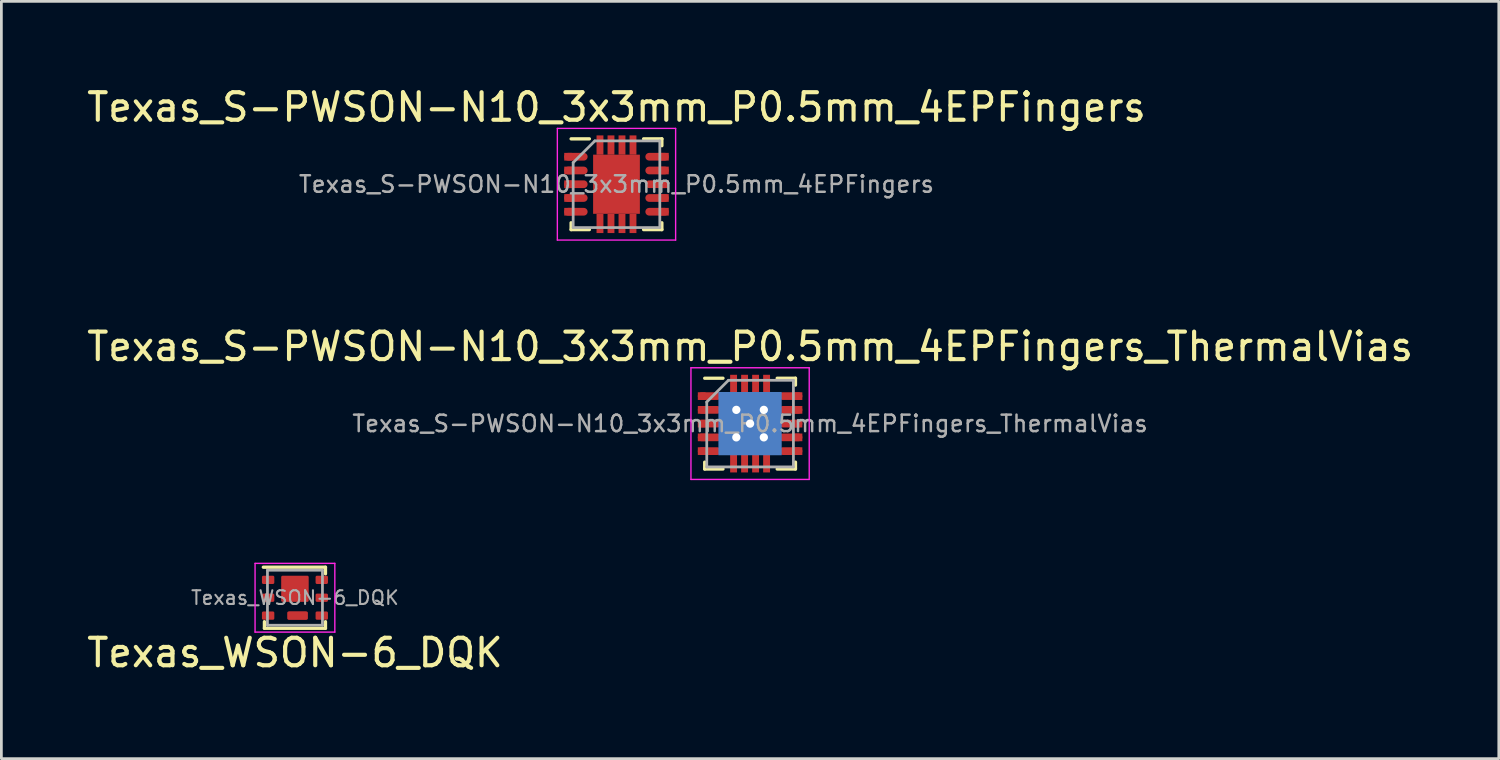
<source format=kicad_pcb>
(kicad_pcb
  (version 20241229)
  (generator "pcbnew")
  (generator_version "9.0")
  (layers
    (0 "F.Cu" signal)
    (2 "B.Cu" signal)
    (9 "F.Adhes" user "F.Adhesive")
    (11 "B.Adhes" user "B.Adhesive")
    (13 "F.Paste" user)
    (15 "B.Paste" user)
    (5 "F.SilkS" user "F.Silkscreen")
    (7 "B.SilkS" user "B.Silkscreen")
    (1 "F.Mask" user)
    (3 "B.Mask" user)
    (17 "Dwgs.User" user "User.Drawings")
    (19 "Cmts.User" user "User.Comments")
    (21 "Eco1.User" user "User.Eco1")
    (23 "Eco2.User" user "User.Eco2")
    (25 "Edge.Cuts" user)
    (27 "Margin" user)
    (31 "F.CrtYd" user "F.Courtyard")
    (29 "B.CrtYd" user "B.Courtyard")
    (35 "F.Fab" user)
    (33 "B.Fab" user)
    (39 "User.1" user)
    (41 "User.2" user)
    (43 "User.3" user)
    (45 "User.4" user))
  (footprint "Texas_WSON-6_DQK"
    (layer "F.Cu")
    (at 7.673 18.681)
    (property "Reference" "Texas_WSON-6_DQK" (at 0 2 0) (layer "F.SilkS") (effects (font (size 1 1) (thickness 0.15))))
    (attr smd)
    (fp_line (start -1.15 -1.11) (end 1.11 -1.11) (stroke (width 0.12) (type solid)) (layer "F.SilkS"))
    (fp_line (start -1.11 0.87) (end -1.11 1.11) (stroke (width 0.12) (type solid)) (layer "F.SilkS"))
    (fp_line (start -1.11 1.11) (end 1.11 1.11) (stroke (width 0.12) (type solid)) (layer "F.SilkS"))
    (fp_line (start 1.11 -1.11) (end 1.11 -0.87) (stroke (width 0.12) (type solid)) (layer "F.SilkS"))
    (fp_line (start 1.11 0.87) (end 1.11 1.11) (stroke (width 0.12) (type solid)) (layer "F.SilkS"))
    (fp_line (start -1.45 -1.25) (end -1.45 1.25) (stroke (width 0.05) (type solid)) (layer "F.CrtYd"))
    (fp_line (start -1.45 -1.25) (end 1.45 -1.25) (stroke (width 0.05) (type solid)) (layer "F.CrtYd"))
    (fp_line (start -1.45 1.25) (end 1.45 1.25) (stroke (width 0.05) (type solid)) (layer "F.CrtYd"))
    (fp_line (start 1.45 -1.25) (end 1.45 1.25) (stroke (width 0.05) (type solid)) (layer "F.CrtYd"))
    (fp_line (start -1 -1) (end -1 1) (stroke (width 0.1) (type solid)) (layer "F.Fab"))
    (fp_line (start -1 -1) (end 1 -1) (stroke (width 0.1) (type solid)) (layer "F.Fab"))
    (fp_line (start -1 1) (end 1 1) (stroke (width 0.1) (type solid)) (layer "F.Fab"))
    (fp_line (start 1 -1) (end 1 1) (stroke (width 0.1) (type solid)) (layer "F.Fab"))
    (fp_text user "${REFERENCE}" (at 0 0 0) (layer "F.Fab") (effects (font (size 0.5 0.5) (thickness 0.075))))
    (pad "" smd roundrect (at 0 -0.325) (size 0.9 0.86) (layers "F.Cu" "F.Paste") (roundrect_rratio 0.058))
    (pad "" smd roundrect (at 0.095 0.65) (size 0.7 0.29) (layers "F.Cu" "F.Paste") (roundrect_rratio 0.172))
    (pad "D" smd roundrect (at -0.975 -0.65) (size 0.45 0.3) (layers "F.Cu" "F.Mask" "F.Paste") (roundrect_rratio 0.167))
    (pad "D" smd roundrect (at -0.975 0) (size 0.45 0.3) (layers "F.Cu" "F.Mask" "F.Paste") (roundrect_rratio 0.167))
    (pad "D" smd roundrect (at 0 -0.325) (size 1 0.95) (layers "F.Cu" "F.Mask") (roundrect_rratio 0.053))
    (pad "D" smd roundrect (at 0.975 -0.65) (size 0.45 0.3) (layers "F.Cu" "F.Mask" "F.Paste") (roundrect_rratio 0.167))
    (pad "D" smd roundrect (at 0.975 0) (size 0.45 0.3) (layers "F.Cu" "F.Mask" "F.Paste") (roundrect_rratio 0.167))
    (pad "G" smd roundrect (at -0.975 0.65) (size 0.45 0.3) (layers "F.Cu" "F.Mask" "F.Paste") (roundrect_rratio 0.167))
    (pad "S" smd roundrect (at 0.095 0.65) (size 0.75 0.3) (layers "F.Cu" "F.Mask") (roundrect_rratio 0.167))
    (pad "S" smd roundrect (at 0.975 0.65) (size 0.45 0.3) (layers "F.Cu" "F.Mask" "F.Paste") (roundrect_rratio 0.167)))
  (footprint "Texas_S-PWSON-N10_3x3mm_P0.5mm_4EPFingers_ThermalVias"
    (layer "F.Cu")
    (at 24.22 12.351)
    (property "Reference" "Texas_S-PWSON-N10_3x3mm_P0.5mm_4EPFingers_ThermalVias" (at 0 -2.8 0) (layer "F.SilkS") (effects (font (size 1 1) (thickness 0.15))))
    (attr smd)
    (fp_line (start -1.65 -1.65) (end -0.985 -1.65) (stroke (width 0.12) (type solid)) (layer "F.SilkS"))
    (fp_line (start -1.65 1.65) (end -1.65 1.4) (stroke (width 0.12) (type solid)) (layer "F.SilkS"))
    (fp_line (start -1.65 1.65) (end -0.985 1.65) (stroke (width 0.12) (type solid)) (layer "F.SilkS"))
    (fp_line (start 0.985 -1.65) (end 1.65 -1.65) (stroke (width 0.12) (type solid)) (layer "F.SilkS"))
    (fp_line (start 0.985 1.65) (end 1.65 1.65) (stroke (width 0.12) (type solid)) (layer "F.SilkS"))
    (fp_line (start 1.65 -1.4) (end 1.65 -1.65) (stroke (width 0.12) (type solid)) (layer "F.SilkS"))
    (fp_line (start 1.65 1.4) (end 1.65 1.65) (stroke (width 0.12) (type solid)) (layer "F.SilkS"))
    (fp_line (start -2.15 -2.03) (end -2.15 2.03) (stroke (width 0.05) (type solid)) (layer "F.CrtYd"))
    (fp_line (start -2.15 -2.03) (end 2.15 -2.03) (stroke (width 0.05) (type solid)) (layer "F.CrtYd"))
    (fp_line (start -2.15 2.03) (end 2.15 2.03) (stroke (width 0.05) (type solid)) (layer "F.CrtYd"))
    (fp_line (start 2.15 -2.03) (end 2.15 2.03) (stroke (width 0.05) (type solid)) (layer "F.CrtYd"))
    (fp_line (start -1.575 1.575) (end -1.575 -0.787) (stroke (width 0.1) (type solid)) (layer "F.Fab"))
    (fp_line (start -0.787 -1.575) (end -1.575 -0.787) (stroke (width 0.1) (type solid)) (layer "F.Fab"))
    (fp_line (start -0.787 -1.575) (end 1.575 -1.575) (stroke (width 0.1) (type solid)) (layer "F.Fab"))
    (fp_line (start 1.575 -1.575) (end 1.575 1.575) (stroke (width 0.1) (type solid)) (layer "F.Fab"))
    (fp_line (start 1.575 1.575) (end -1.575 1.575) (stroke (width 0.1) (type solid)) (layer "F.Fab"))
    (fp_text user "${REFERENCE}" (at 0 0 0) (layer "F.Fab") (effects (font (size 0.6 0.6) (thickness 0.09))))
    (pad "1" smd rect (at -1.76 -1) (size 0.28 0.28) (layers "F.Cu" "F.Mask" "F.Paste"))
    (pad "1" smd oval (at -1.475 -1) (size 0.85 0.28) (layers "F.Cu" "F.Mask" "F.Paste"))
    (pad "2" smd rect (at -1.76 -0.5) (size 0.28 0.28) (layers "F.Cu" "F.Mask" "F.Paste"))
    (pad "2" smd oval (at -1.475 -0.5) (size 0.85 0.28) (layers "F.Cu" "F.Mask" "F.Paste"))
    (pad "3" smd rect (at -1.76 0) (size 0.28 0.28) (layers "F.Cu" "F.Mask" "F.Paste"))
    (pad "3" smd oval (at -1.475 0) (size 0.85 0.28) (layers "F.Cu" "F.Mask" "F.Paste"))
    (pad "4" smd rect (at -1.76 0.5) (size 0.28 0.28) (layers "F.Cu" "F.Mask" "F.Paste"))
    (pad "4" smd oval (at -1.475 0.5) (size 0.85 0.28) (layers "F.Cu" "F.Mask" "F.Paste"))
    (pad "5" smd rect (at -1.76 1) (size 0.28 0.28) (layers "F.Cu" "F.Mask" "F.Paste"))
    (pad "5" smd oval (at -1.475 1) (size 0.85 0.28) (layers "F.Cu" "F.Mask" "F.Paste"))
    (pad "6" smd oval (at 1.475 1) (size 0.85 0.28) (layers "F.Cu" "F.Mask" "F.Paste"))
    (pad "6" smd rect (at 1.76 1) (size 0.28 0.28) (layers "F.Cu" "F.Mask" "F.Paste"))
    (pad "7" smd oval (at 1.475 0.5) (size 0.85 0.28) (layers "F.Cu" "F.Mask" "F.Paste"))
    (pad "7" smd rect (at 1.76 0.5) (size 0.28 0.28) (layers "F.Cu" "F.Mask" "F.Paste"))
    (pad "8" smd oval (at 1.475 0) (size 0.85 0.28) (layers "F.Cu" "F.Mask" "F.Paste"))
    (pad "8" smd rect (at 1.76 0) (size 0.28 0.28) (layers "F.Cu" "F.Mask" "F.Paste"))
    (pad "9" smd oval (at 1.475 -0.5) (size 0.85 0.28) (layers "F.Cu" "F.Mask" "F.Paste"))
    (pad "9" smd rect (at 1.76 -0.5) (size 0.28 0.28) (layers "F.Cu" "F.Mask" "F.Paste"))
    (pad "10" smd oval (at 1.475 -1) (size 0.85 0.28) (layers "F.Cu" "F.Mask" "F.Paste"))
    (pad "10" smd rect (at 1.76 -1) (size 0.28 0.28) (layers "F.Cu" "F.Mask" "F.Paste"))
    (pad "11" smd rect (at -0.6 -1.425) (size 0.25 0.7) (layers "F.Cu" "F.Mask" "F.Paste"))
    (pad "11" smd rect (at -0.6 1.425) (size 0.25 0.7) (layers "F.Cu" "F.Mask" "F.Paste"))
    (pad "11" thru_hole circle (at -0.5 -0.5) (size 0.6 0.6) (drill 0.3) (layers "*.Cu" "*.Mask"))
    (pad "11" thru_hole circle (at -0.5 0.5) (size 0.6 0.6) (drill 0.3) (layers "*.Cu" "*.Mask"))
    (pad "11" smd rect (at -0.435 -0.56) (size 0.65 0.9) (layers "F.Cu" "F.Mask" "F.Paste"))
    (pad "11" smd rect (at -0.435 0.56) (size 0.65 0.9) (layers "F.Cu" "F.Mask" "F.Paste"))
    (pad "11" smd rect (at -0.2 -1.425) (size 0.25 0.7) (layers "F.Cu" "F.Mask" "F.Paste"))
    (pad "11" smd rect (at -0.2 1.425) (size 0.25 0.7) (layers "F.Cu" "F.Mask" "F.Paste"))
    (pad "11" smd rect (at -0.001 0) (size 2.3 2.3) (layers "B.Cu"))
    (pad "11" thru_hole circle (at 0 0) (size 0.6 0.6) (drill 0.3) (layers "*.Cu" "*.Mask"))
    (pad "11" smd rect (at 0 0) (size 1.7 2.15) (layers "F.Cu" "F.Mask"))
    (pad "11" smd rect (at 0.2 -1.425) (size 0.25 0.7) (layers "F.Cu" "F.Mask" "F.Paste"))
    (pad "11" smd rect (at 0.2 1.425) (size 0.25 0.7) (layers "F.Cu" "F.Mask" "F.Paste"))
    (pad "11" smd rect (at 0.435 -0.56) (size 0.65 0.9) (layers "F.Cu" "F.Mask" "F.Paste"))
    (pad "11" smd rect (at 0.435 0.56) (size 0.65 0.9) (layers "F.Cu" "F.Mask" "F.Paste"))
    (pad "11" thru_hole circle (at 0.5 -0.5) (size 0.6 0.6) (drill 0.3) (layers "*.Cu" "*.Mask"))
    (pad "11" thru_hole circle (at 0.5 0.5) (size 0.6 0.6) (drill 0.3) (layers "*.Cu" "*.Mask"))
    (pad "11" smd rect (at 0.6 -1.425) (size 0.25 0.7) (layers "F.Cu" "F.Mask" "F.Paste"))
    (pad "11" smd rect (at 0.6 1.425) (size 0.25 0.7) (layers "F.Cu" "F.Mask" "F.Paste")))
  (footprint "Texas_S-PWSON-N10_3x3mm_P0.5mm_4EPFingers"
    (layer "F.Cu")
    (at 19.363 3.648)
    (property "Reference" "Texas_S-PWSON-N10_3x3mm_P0.5mm_4EPFingers" (at 0 -2.8 0) (layer "F.SilkS") (effects (font (size 1 1) (thickness 0.15))))
    (attr smd)
    (fp_line (start -1.65 -1.65) (end -0.985 -1.65) (stroke (width 0.12) (type solid)) (layer "F.SilkS"))
    (fp_line (start -1.65 1.65) (end -1.65 1.4) (stroke (width 0.12) (type solid)) (layer "F.SilkS"))
    (fp_line (start -1.65 1.65) (end -0.985 1.65) (stroke (width 0.12) (type solid)) (layer "F.SilkS"))
    (fp_line (start 0.985 -1.65) (end 1.65 -1.65) (stroke (width 0.12) (type solid)) (layer "F.SilkS"))
    (fp_line (start 0.985 1.65) (end 1.65 1.65) (stroke (width 0.12) (type solid)) (layer "F.SilkS"))
    (fp_line (start 1.65 -1.4) (end 1.65 -1.65) (stroke (width 0.12) (type solid)) (layer "F.SilkS"))
    (fp_line (start 1.65 1.4) (end 1.65 1.65) (stroke (width 0.12) (type solid)) (layer "F.SilkS"))
    (fp_line (start -2.15 -2.03) (end -2.15 2.03) (stroke (width 0.05) (type solid)) (layer "F.CrtYd"))
    (fp_line (start -2.15 -2.03) (end 2.15 -2.03) (stroke (width 0.05) (type solid)) (layer "F.CrtYd"))
    (fp_line (start -2.15 2.03) (end 2.15 2.03) (stroke (width 0.05) (type solid)) (layer "F.CrtYd"))
    (fp_line (start 2.15 -2.03) (end 2.15 2.03) (stroke (width 0.05) (type solid)) (layer "F.CrtYd"))
    (fp_line (start -1.575 1.575) (end -1.575 -0.787) (stroke (width 0.1) (type solid)) (layer "F.Fab"))
    (fp_line (start -0.787 -1.575) (end -1.575 -0.787) (stroke (width 0.1) (type solid)) (layer "F.Fab"))
    (fp_line (start -0.787 -1.575) (end 1.575 -1.575) (stroke (width 0.1) (type solid)) (layer "F.Fab"))
    (fp_line (start 1.575 -1.575) (end 1.575 1.575) (stroke (width 0.1) (type solid)) (layer "F.Fab"))
    (fp_line (start 1.575 1.575) (end -1.575 1.575) (stroke (width 0.1) (type solid)) (layer "F.Fab"))
    (fp_text user "${REFERENCE}" (at 0 0 0) (layer "F.Fab") (effects (font (size 0.6 0.6) (thickness 0.09))))
    (pad "1" smd rect (at -1.76 -1) (size 0.28 0.28) (layers "F.Cu" "F.Mask" "F.Paste"))
    (pad "1" smd oval (at -1.475 -1) (size 0.85 0.28) (layers "F.Cu" "F.Mask" "F.Paste"))
    (pad "2" smd rect (at -1.76 -0.5) (size 0.28 0.28) (layers "F.Cu" "F.Mask" "F.Paste"))
    (pad "2" smd oval (at -1.475 -0.5) (size 0.85 0.28) (layers "F.Cu" "F.Mask" "F.Paste"))
    (pad "3" smd rect (at -1.76 0) (size 0.28 0.28) (layers "F.Cu" "F.Mask" "F.Paste"))
    (pad "3" smd oval (at -1.475 0) (size 0.85 0.28) (layers "F.Cu" "F.Mask" "F.Paste"))
    (pad "4" smd rect (at -1.76 0.5) (size 0.28 0.28) (layers "F.Cu" "F.Mask" "F.Paste"))
    (pad "4" smd oval (at -1.475 0.5) (size 0.85 0.28) (layers "F.Cu" "F.Mask" "F.Paste"))
    (pad "5" smd rect (at -1.76 1) (size 0.28 0.28) (layers "F.Cu" "F.Mask" "F.Paste"))
    (pad "5" smd oval (at -1.475 1) (size 0.85 0.28) (layers "F.Cu" "F.Mask" "F.Paste"))
    (pad "6" smd oval (at 1.475 1) (size 0.85 0.28) (layers "F.Cu" "F.Mask" "F.Paste"))
    (pad "6" smd rect (at 1.76 1) (size 0.28 0.28) (layers "F.Cu" "F.Mask" "F.Paste"))
    (pad "7" smd oval (at 1.475 0.5) (size 0.85 0.28) (layers "F.Cu" "F.Mask" "F.Paste"))
    (pad "7" smd rect (at 1.76 0.5) (size 0.28 0.28) (layers "F.Cu" "F.Mask" "F.Paste"))
    (pad "8" smd oval (at 1.475 0) (size 0.85 0.28) (layers "F.Cu" "F.Mask" "F.Paste"))
    (pad "8" smd rect (at 1.76 0) (size 0.28 0.28) (layers "F.Cu" "F.Mask" "F.Paste"))
    (pad "9" smd oval (at 1.475 -0.5) (size 0.85 0.28) (layers "F.Cu" "F.Mask" "F.Paste"))
    (pad "9" smd rect (at 1.76 -0.5) (size 0.28 0.28) (layers "F.Cu" "F.Mask" "F.Paste"))
    (pad "10" smd oval (at 1.475 -1) (size 0.85 0.28) (layers "F.Cu" "F.Mask" "F.Paste"))
    (pad "10" smd rect (at 1.76 -1) (size 0.28 0.28) (layers "F.Cu" "F.Mask" "F.Paste"))
    (pad "11" smd rect (at -0.6 -1.425) (size 0.25 0.7) (layers "F.Cu" "F.Mask" "F.Paste"))
    (pad "11" smd rect (at -0.6 1.425) (size 0.25 0.7) (layers "F.Cu" "F.Mask" "F.Paste"))
    (pad "11" smd rect (at -0.435 -0.56) (size 0.65 0.9) (layers "F.Cu" "F.Mask" "F.Paste"))
    (pad "11" smd rect (at -0.435 0.56) (size 0.65 0.9) (layers "F.Cu" "F.Mask" "F.Paste"))
    (pad "11" smd rect (at -0.2 -1.425) (size 0.25 0.7) (layers "F.Cu" "F.Mask" "F.Paste"))
    (pad "11" smd rect (at -0.2 1.425) (size 0.25 0.7) (layers "F.Cu" "F.Mask" "F.Paste"))
    (pad "11" smd rect (at 0 0) (size 1.7 2.15) (layers "F.Cu" "F.Mask"))
    (pad "11" smd rect (at 0.2 -1.425) (size 0.25 0.7) (layers "F.Cu" "F.Mask" "F.Paste"))
    (pad "11" smd rect (at 0.2 1.425) (size 0.25 0.7) (layers "F.Cu" "F.Mask" "F.Paste"))
    (pad "11" smd rect (at 0.435 -0.56) (size 0.65 0.9) (layers "F.Cu" "F.Mask" "F.Paste"))
    (pad "11" smd rect (at 0.435 0.56) (size 0.65 0.9) (layers "F.Cu" "F.Mask" "F.Paste"))
    (pad "11" smd rect (at 0.6 -1.425) (size 0.25 0.7) (layers "F.Cu" "F.Mask" "F.Paste"))
    (pad "11" smd rect (at 0.6 1.425) (size 0.25 0.7) (layers "F.Cu" "F.Mask" "F.Paste")))
  (gr_rect
    (start -3 -3)
    (end 51.44 24.53)
    (stroke (width 0.1) (type default))
    (fill no)
    (layer "Edge.Cuts")))
</source>
